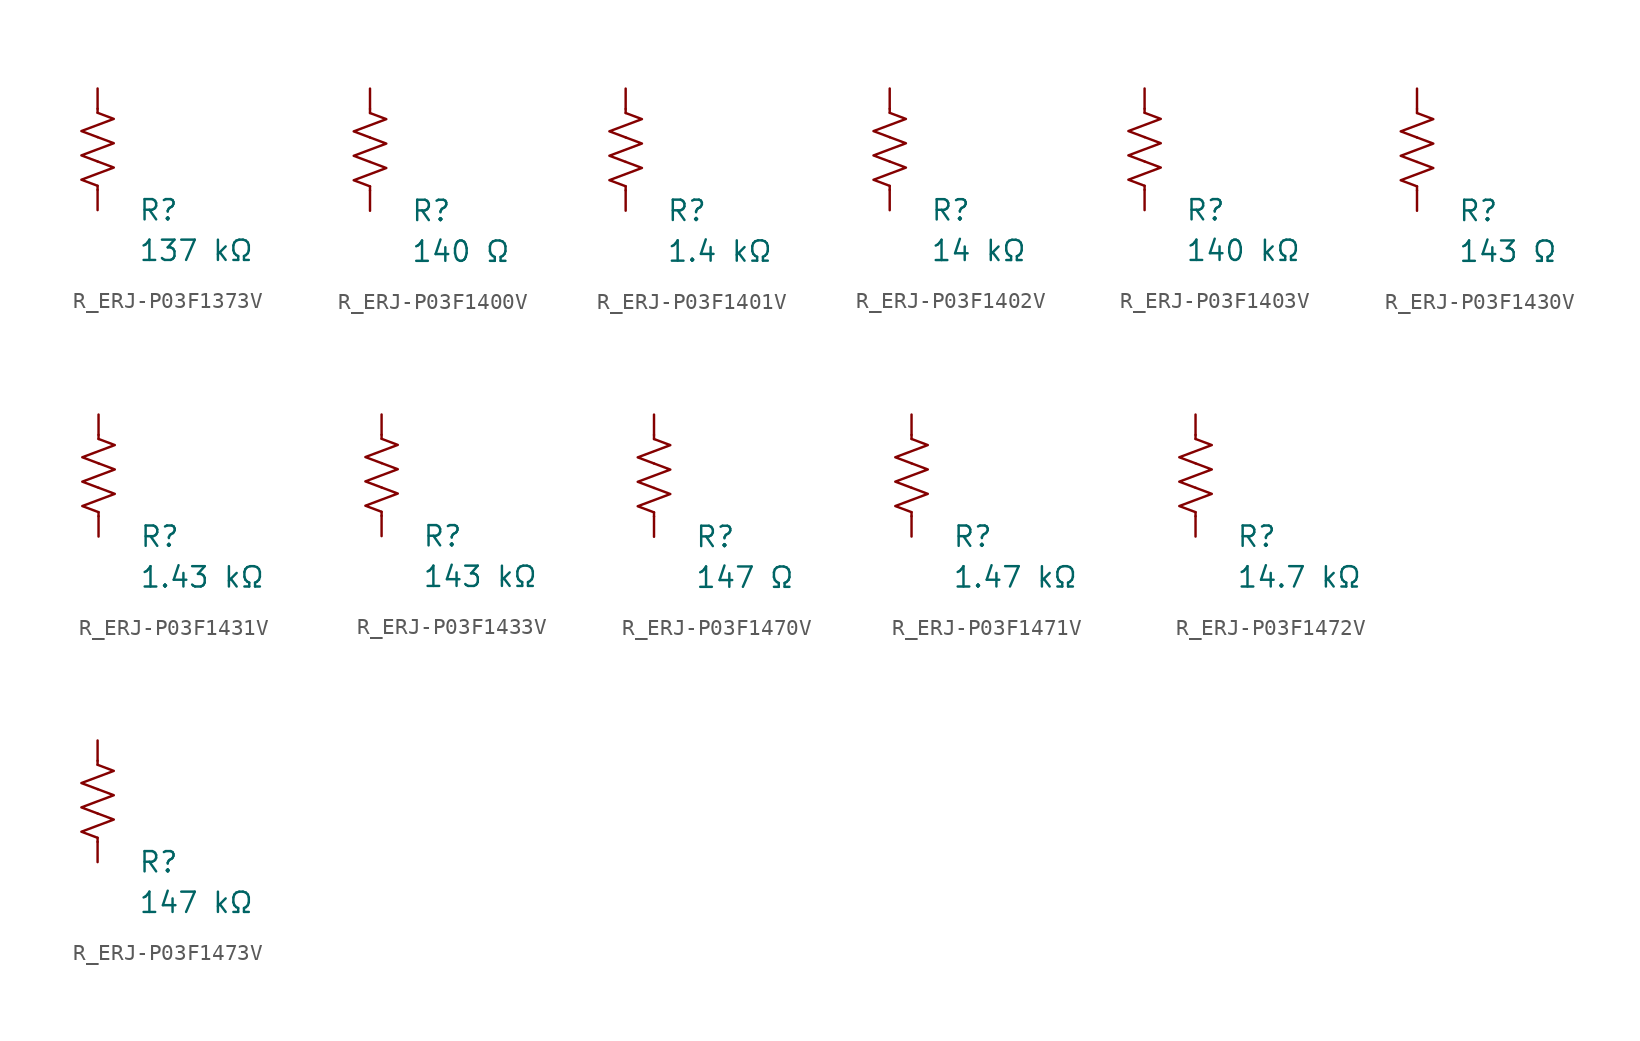
<source format=kicad_sym>
(kicad_symbol_lib
  (version 20231120)
  (generator "kicad_symbol_editor")
  (generator_version "8.0")
  (symbol "R_ERJ-P03F1373V"
    (pin_numbers hide)
    (pin_names
      (offset 0))
    (property "Reference" "R"
      (at 2.54 -3.81 0)
      (effects (font (size 1.27 1.27)) (justify left))
      (show_name no))
    (property "Value" "137 kΩ"
      (at 2.54 -6.35 0)
      (effects (font (size 1.27 1.27)) (justify left))
      (show_name no))
    (symbol "R_ERJ-P03F1373V_0_1"
      (polyline (pts (xy 0 -2.286) (xy 0 -2.54)) (stroke (width 0) (type default)) (fill (type none)))
      (polyline (pts (xy 0 2.286) (xy 0 2.54)) (stroke (width 0) (type default)) (fill (type none)))
      (polyline (pts (xy 0 -0.762) (xy 1.016 -1.143) (xy 0 -1.524) (xy -1.016 -1.905) (xy 0 -2.286)) (stroke (width 0) (type default)) (fill (type none)))
      (polyline (pts (xy 0 0.762) (xy 1.016 0.381) (xy 0 0) (xy -1.016 -0.381) (xy 0 -0.762)) (stroke (width 0) (type default)) (fill (type none)))
      (polyline (pts (xy 0 2.286) (xy 1.016 1.905) (xy 0 1.524) (xy -1.016 1.143) (xy 0 0.762)) (stroke (width 0) (type default)) (fill (type none))))
    (symbol "R_ERJ-P03F1373V_1_1"
      (pin passive line (at 0 3.81 270) (length 1.27) (name "~" (effects (font (size 1.27 1.27)))) (number "1" (effects (font (size 1.27 1.27)))))
      (pin passive line (at 0 -3.81 90) (length 1.27) (name "~" (effects (font (size 1.27 1.27)))) (number "2" (effects (font (size 1.27 1.27)))))))
  (symbol "R_ERJ-P03F1400V"
    (pin_numbers hide)
    (pin_names
      (offset 0))
    (property "Reference" "R"
      (at 2.54 -3.81 0)
      (effects (font (size 1.27 1.27)) (justify left))
      (show_name no))
    (property "Value" "140 Ω"
      (at 2.54 -6.35 0)
      (effects (font (size 1.27 1.27)) (justify left))
      (show_name no))
    (symbol "R_ERJ-P03F1400V_0_1"
      (polyline (pts (xy 0 -2.286) (xy 0 -2.54)) (stroke (width 0) (type default)) (fill (type none)))
      (polyline (pts (xy 0 2.286) (xy 0 2.54)) (stroke (width 0) (type default)) (fill (type none)))
      (polyline (pts (xy 0 -0.762) (xy 1.016 -1.143) (xy 0 -1.524) (xy -1.016 -1.905) (xy 0 -2.286)) (stroke (width 0) (type default)) (fill (type none)))
      (polyline (pts (xy 0 0.762) (xy 1.016 0.381) (xy 0 0) (xy -1.016 -0.381) (xy 0 -0.762)) (stroke (width 0) (type default)) (fill (type none)))
      (polyline (pts (xy 0 2.286) (xy 1.016 1.905) (xy 0 1.524) (xy -1.016 1.143) (xy 0 0.762)) (stroke (width 0) (type default)) (fill (type none))))
    (symbol "R_ERJ-P03F1400V_1_1"
      (pin passive line (at 0 3.81 270) (length 1.27) (name "~" (effects (font (size 1.27 1.27)))) (number "1" (effects (font (size 1.27 1.27)))))
      (pin passive line (at 0 -3.81 90) (length 1.27) (name "~" (effects (font (size 1.27 1.27)))) (number "2" (effects (font (size 1.27 1.27)))))))
  (symbol "R_ERJ-P03F1401V"
    (pin_numbers hide)
    (pin_names
      (offset 0))
    (property "Reference" "R"
      (at 2.54 -3.81 0)
      (effects (font (size 1.27 1.27)) (justify left))
      (show_name no))
    (property "Value" "1.4 kΩ"
      (at 2.54 -6.35 0)
      (effects (font (size 1.27 1.27)) (justify left))
      (show_name no))
    (symbol "R_ERJ-P03F1401V_0_1"
      (polyline (pts (xy 0 -2.286) (xy 0 -2.54)) (stroke (width 0) (type default)) (fill (type none)))
      (polyline (pts (xy 0 2.286) (xy 0 2.54)) (stroke (width 0) (type default)) (fill (type none)))
      (polyline (pts (xy 0 -0.762) (xy 1.016 -1.143) (xy 0 -1.524) (xy -1.016 -1.905) (xy 0 -2.286)) (stroke (width 0) (type default)) (fill (type none)))
      (polyline (pts (xy 0 0.762) (xy 1.016 0.381) (xy 0 0) (xy -1.016 -0.381) (xy 0 -0.762)) (stroke (width 0) (type default)) (fill (type none)))
      (polyline (pts (xy 0 2.286) (xy 1.016 1.905) (xy 0 1.524) (xy -1.016 1.143) (xy 0 0.762)) (stroke (width 0) (type default)) (fill (type none))))
    (symbol "R_ERJ-P03F1401V_1_1"
      (pin passive line (at 0 3.81 270) (length 1.27) (name "~" (effects (font (size 1.27 1.27)))) (number "1" (effects (font (size 1.27 1.27)))))
      (pin passive line (at 0 -3.81 90) (length 1.27) (name "~" (effects (font (size 1.27 1.27)))) (number "2" (effects (font (size 1.27 1.27)))))))
  (symbol "R_ERJ-P03F1402V"
    (pin_numbers hide)
    (pin_names
      (offset 0))
    (property "Reference" "R"
      (at 2.54 -3.81 0)
      (effects (font (size 1.27 1.27)) (justify left))
      (show_name no))
    (property "Value" "14 kΩ"
      (at 2.54 -6.35 0)
      (effects (font (size 1.27 1.27)) (justify left))
      (show_name no))
    (symbol "R_ERJ-P03F1402V_0_1"
      (polyline (pts (xy 0 -2.286) (xy 0 -2.54)) (stroke (width 0) (type default)) (fill (type none)))
      (polyline (pts (xy 0 2.286) (xy 0 2.54)) (stroke (width 0) (type default)) (fill (type none)))
      (polyline (pts (xy 0 -0.762) (xy 1.016 -1.143) (xy 0 -1.524) (xy -1.016 -1.905) (xy 0 -2.286)) (stroke (width 0) (type default)) (fill (type none)))
      (polyline (pts (xy 0 0.762) (xy 1.016 0.381) (xy 0 0) (xy -1.016 -0.381) (xy 0 -0.762)) (stroke (width 0) (type default)) (fill (type none)))
      (polyline (pts (xy 0 2.286) (xy 1.016 1.905) (xy 0 1.524) (xy -1.016 1.143) (xy 0 0.762)) (stroke (width 0) (type default)) (fill (type none))))
    (symbol "R_ERJ-P03F1402V_1_1"
      (pin passive line (at 0 3.81 270) (length 1.27) (name "~" (effects (font (size 1.27 1.27)))) (number "1" (effects (font (size 1.27 1.27)))))
      (pin passive line (at 0 -3.81 90) (length 1.27) (name "~" (effects (font (size 1.27 1.27)))) (number "2" (effects (font (size 1.27 1.27)))))))
  (symbol "R_ERJ-P03F1403V"
    (pin_numbers hide)
    (pin_names
      (offset 0))
    (property "Reference" "R"
      (at 2.54 -3.81 0)
      (effects (font (size 1.27 1.27)) (justify left))
      (show_name no))
    (property "Value" "140 kΩ"
      (at 2.54 -6.35 0)
      (effects (font (size 1.27 1.27)) (justify left))
      (show_name no))
    (symbol "R_ERJ-P03F1403V_0_1"
      (polyline (pts (xy 0 -2.286) (xy 0 -2.54)) (stroke (width 0) (type default)) (fill (type none)))
      (polyline (pts (xy 0 2.286) (xy 0 2.54)) (stroke (width 0) (type default)) (fill (type none)))
      (polyline (pts (xy 0 -0.762) (xy 1.016 -1.143) (xy 0 -1.524) (xy -1.016 -1.905) (xy 0 -2.286)) (stroke (width 0) (type default)) (fill (type none)))
      (polyline (pts (xy 0 0.762) (xy 1.016 0.381) (xy 0 0) (xy -1.016 -0.381) (xy 0 -0.762)) (stroke (width 0) (type default)) (fill (type none)))
      (polyline (pts (xy 0 2.286) (xy 1.016 1.905) (xy 0 1.524) (xy -1.016 1.143) (xy 0 0.762)) (stroke (width 0) (type default)) (fill (type none))))
    (symbol "R_ERJ-P03F1403V_1_1"
      (pin passive line (at 0 3.81 270) (length 1.27) (name "~" (effects (font (size 1.27 1.27)))) (number "1" (effects (font (size 1.27 1.27)))))
      (pin passive line (at 0 -3.81 90) (length 1.27) (name "~" (effects (font (size 1.27 1.27)))) (number "2" (effects (font (size 1.27 1.27)))))))
  (symbol "R_ERJ-P03F1430V"
    (pin_numbers hide)
    (pin_names
      (offset 0))
    (property "Reference" "R"
      (at 2.54 -3.81 0)
      (effects (font (size 1.27 1.27)) (justify left))
      (show_name no))
    (property "Value" "143 Ω"
      (at 2.54 -6.35 0)
      (effects (font (size 1.27 1.27)) (justify left))
      (show_name no))
    (symbol "R_ERJ-P03F1430V_0_1"
      (polyline (pts (xy 0 -2.286) (xy 0 -2.54)) (stroke (width 0) (type default)) (fill (type none)))
      (polyline (pts (xy 0 2.286) (xy 0 2.54)) (stroke (width 0) (type default)) (fill (type none)))
      (polyline (pts (xy 0 -0.762) (xy 1.016 -1.143) (xy 0 -1.524) (xy -1.016 -1.905) (xy 0 -2.286)) (stroke (width 0) (type default)) (fill (type none)))
      (polyline (pts (xy 0 0.762) (xy 1.016 0.381) (xy 0 0) (xy -1.016 -0.381) (xy 0 -0.762)) (stroke (width 0) (type default)) (fill (type none)))
      (polyline (pts (xy 0 2.286) (xy 1.016 1.905) (xy 0 1.524) (xy -1.016 1.143) (xy 0 0.762)) (stroke (width 0) (type default)) (fill (type none))))
    (symbol "R_ERJ-P03F1430V_1_1"
      (pin passive line (at 0 3.81 270) (length 1.27) (name "~" (effects (font (size 1.27 1.27)))) (number "1" (effects (font (size 1.27 1.27)))))
      (pin passive line (at 0 -3.81 90) (length 1.27) (name "~" (effects (font (size 1.27 1.27)))) (number "2" (effects (font (size 1.27 1.27)))))))
  (symbol "R_ERJ-P03F1431V"
    (pin_numbers hide)
    (pin_names
      (offset 0))
    (property "Reference" "R"
      (at 2.54 -3.81 0)
      (effects (font (size 1.27 1.27)) (justify left))
      (show_name no))
    (property "Value" "1.43 kΩ"
      (at 2.54 -6.35 0)
      (effects (font (size 1.27 1.27)) (justify left))
      (show_name no))
    (symbol "R_ERJ-P03F1431V_0_1"
      (polyline (pts (xy 0 -2.286) (xy 0 -2.54)) (stroke (width 0) (type default)) (fill (type none)))
      (polyline (pts (xy 0 2.286) (xy 0 2.54)) (stroke (width 0) (type default)) (fill (type none)))
      (polyline (pts (xy 0 -0.762) (xy 1.016 -1.143) (xy 0 -1.524) (xy -1.016 -1.905) (xy 0 -2.286)) (stroke (width 0) (type default)) (fill (type none)))
      (polyline (pts (xy 0 0.762) (xy 1.016 0.381) (xy 0 0) (xy -1.016 -0.381) (xy 0 -0.762)) (stroke (width 0) (type default)) (fill (type none)))
      (polyline (pts (xy 0 2.286) (xy 1.016 1.905) (xy 0 1.524) (xy -1.016 1.143) (xy 0 0.762)) (stroke (width 0) (type default)) (fill (type none))))
    (symbol "R_ERJ-P03F1431V_1_1"
      (pin passive line (at 0 3.81 270) (length 1.27) (name "~" (effects (font (size 1.27 1.27)))) (number "1" (effects (font (size 1.27 1.27)))))
      (pin passive line (at 0 -3.81 90) (length 1.27) (name "~" (effects (font (size 1.27 1.27)))) (number "2" (effects (font (size 1.27 1.27)))))))
  (symbol "R_ERJ-P03F1433V"
    (pin_numbers hide)
    (pin_names
      (offset 0))
    (property "Reference" "R"
      (at 2.54 -3.81 0)
      (effects (font (size 1.27 1.27)) (justify left))
      (show_name no))
    (property "Value" "143 kΩ"
      (at 2.54 -6.35 0)
      (effects (font (size 1.27 1.27)) (justify left))
      (show_name no))
    (symbol "R_ERJ-P03F1433V_0_1"
      (polyline (pts (xy 0 -2.286) (xy 0 -2.54)) (stroke (width 0) (type default)) (fill (type none)))
      (polyline (pts (xy 0 2.286) (xy 0 2.54)) (stroke (width 0) (type default)) (fill (type none)))
      (polyline (pts (xy 0 -0.762) (xy 1.016 -1.143) (xy 0 -1.524) (xy -1.016 -1.905) (xy 0 -2.286)) (stroke (width 0) (type default)) (fill (type none)))
      (polyline (pts (xy 0 0.762) (xy 1.016 0.381) (xy 0 0) (xy -1.016 -0.381) (xy 0 -0.762)) (stroke (width 0) (type default)) (fill (type none)))
      (polyline (pts (xy 0 2.286) (xy 1.016 1.905) (xy 0 1.524) (xy -1.016 1.143) (xy 0 0.762)) (stroke (width 0) (type default)) (fill (type none))))
    (symbol "R_ERJ-P03F1433V_1_1"
      (pin passive line (at 0 3.81 270) (length 1.27) (name "~" (effects (font (size 1.27 1.27)))) (number "1" (effects (font (size 1.27 1.27)))))
      (pin passive line (at 0 -3.81 90) (length 1.27) (name "~" (effects (font (size 1.27 1.27)))) (number "2" (effects (font (size 1.27 1.27)))))))
  (symbol "R_ERJ-P03F1470V"
    (pin_numbers hide)
    (pin_names
      (offset 0))
    (property "Reference" "R"
      (at 2.54 -3.81 0)
      (effects (font (size 1.27 1.27)) (justify left))
      (show_name no))
    (property "Value" "147 Ω"
      (at 2.54 -6.35 0)
      (effects (font (size 1.27 1.27)) (justify left))
      (show_name no))
    (symbol "R_ERJ-P03F1470V_0_1"
      (polyline (pts (xy 0 -2.286) (xy 0 -2.54)) (stroke (width 0) (type default)) (fill (type none)))
      (polyline (pts (xy 0 2.286) (xy 0 2.54)) (stroke (width 0) (type default)) (fill (type none)))
      (polyline (pts (xy 0 -0.762) (xy 1.016 -1.143) (xy 0 -1.524) (xy -1.016 -1.905) (xy 0 -2.286)) (stroke (width 0) (type default)) (fill (type none)))
      (polyline (pts (xy 0 0.762) (xy 1.016 0.381) (xy 0 0) (xy -1.016 -0.381) (xy 0 -0.762)) (stroke (width 0) (type default)) (fill (type none)))
      (polyline (pts (xy 0 2.286) (xy 1.016 1.905) (xy 0 1.524) (xy -1.016 1.143) (xy 0 0.762)) (stroke (width 0) (type default)) (fill (type none))))
    (symbol "R_ERJ-P03F1470V_1_1"
      (pin passive line (at 0 3.81 270) (length 1.27) (name "~" (effects (font (size 1.27 1.27)))) (number "1" (effects (font (size 1.27 1.27)))))
      (pin passive line (at 0 -3.81 90) (length 1.27) (name "~" (effects (font (size 1.27 1.27)))) (number "2" (effects (font (size 1.27 1.27)))))))
  (symbol "R_ERJ-P03F1471V"
    (pin_numbers hide)
    (pin_names
      (offset 0))
    (property "Reference" "R"
      (at 2.54 -3.81 0)
      (effects (font (size 1.27 1.27)) (justify left))
      (show_name no))
    (property "Value" "1.47 kΩ"
      (at 2.54 -6.35 0)
      (effects (font (size 1.27 1.27)) (justify left))
      (show_name no))
    (symbol "R_ERJ-P03F1471V_0_1"
      (polyline (pts (xy 0 -2.286) (xy 0 -2.54)) (stroke (width 0) (type default)) (fill (type none)))
      (polyline (pts (xy 0 2.286) (xy 0 2.54)) (stroke (width 0) (type default)) (fill (type none)))
      (polyline (pts (xy 0 -0.762) (xy 1.016 -1.143) (xy 0 -1.524) (xy -1.016 -1.905) (xy 0 -2.286)) (stroke (width 0) (type default)) (fill (type none)))
      (polyline (pts (xy 0 0.762) (xy 1.016 0.381) (xy 0 0) (xy -1.016 -0.381) (xy 0 -0.762)) (stroke (width 0) (type default)) (fill (type none)))
      (polyline (pts (xy 0 2.286) (xy 1.016 1.905) (xy 0 1.524) (xy -1.016 1.143) (xy 0 0.762)) (stroke (width 0) (type default)) (fill (type none))))
    (symbol "R_ERJ-P03F1471V_1_1"
      (pin passive line (at 0 3.81 270) (length 1.27) (name "~" (effects (font (size 1.27 1.27)))) (number "1" (effects (font (size 1.27 1.27)))))
      (pin passive line (at 0 -3.81 90) (length 1.27) (name "~" (effects (font (size 1.27 1.27)))) (number "2" (effects (font (size 1.27 1.27)))))))
  (symbol "R_ERJ-P03F1472V"
    (pin_numbers hide)
    (pin_names
      (offset 0))
    (property "Reference" "R"
      (at 2.54 -3.81 0)
      (effects (font (size 1.27 1.27)) (justify left))
      (show_name no))
    (property "Value" "14.7 kΩ"
      (at 2.54 -6.35 0)
      (effects (font (size 1.27 1.27)) (justify left))
      (show_name no))
    (symbol "R_ERJ-P03F1472V_0_1"
      (polyline (pts (xy 0 -2.286) (xy 0 -2.54)) (stroke (width 0) (type default)) (fill (type none)))
      (polyline (pts (xy 0 2.286) (xy 0 2.54)) (stroke (width 0) (type default)) (fill (type none)))
      (polyline (pts (xy 0 -0.762) (xy 1.016 -1.143) (xy 0 -1.524) (xy -1.016 -1.905) (xy 0 -2.286)) (stroke (width 0) (type default)) (fill (type none)))
      (polyline (pts (xy 0 0.762) (xy 1.016 0.381) (xy 0 0) (xy -1.016 -0.381) (xy 0 -0.762)) (stroke (width 0) (type default)) (fill (type none)))
      (polyline (pts (xy 0 2.286) (xy 1.016 1.905) (xy 0 1.524) (xy -1.016 1.143) (xy 0 0.762)) (stroke (width 0) (type default)) (fill (type none))))
    (symbol "R_ERJ-P03F1472V_1_1"
      (pin passive line (at 0 3.81 270) (length 1.27) (name "~" (effects (font (size 1.27 1.27)))) (number "1" (effects (font (size 1.27 1.27)))))
      (pin passive line (at 0 -3.81 90) (length 1.27) (name "~" (effects (font (size 1.27 1.27)))) (number "2" (effects (font (size 1.27 1.27)))))))
  (symbol "R_ERJ-P03F1473V"
    (pin_numbers hide)
    (pin_names
      (offset 0))
    (property "Reference" "R"
      (at 2.54 -3.81 0)
      (effects (font (size 1.27 1.27)) (justify left))
      (show_name no))
    (property "Value" "147 kΩ"
      (at 2.54 -6.35 0)
      (effects (font (size 1.27 1.27)) (justify left))
      (show_name no))
    (symbol "R_ERJ-P03F1473V_0_1"
      (polyline (pts (xy 0 -2.286) (xy 0 -2.54)) (stroke (width 0) (type default)) (fill (type none)))
      (polyline (pts (xy 0 2.286) (xy 0 2.54)) (stroke (width 0) (type default)) (fill (type none)))
      (polyline (pts (xy 0 -0.762) (xy 1.016 -1.143) (xy 0 -1.524) (xy -1.016 -1.905) (xy 0 -2.286)) (stroke (width 0) (type default)) (fill (type none)))
      (polyline (pts (xy 0 0.762) (xy 1.016 0.381) (xy 0 0) (xy -1.016 -0.381) (xy 0 -0.762)) (stroke (width 0) (type default)) (fill (type none)))
      (polyline (pts (xy 0 2.286) (xy 1.016 1.905) (xy 0 1.524) (xy -1.016 1.143) (xy 0 0.762)) (stroke (width 0) (type default)) (fill (type none))))
    (symbol "R_ERJ-P03F1473V_1_1"
      (pin passive line (at 0 3.81 270) (length 1.27) (name "~" (effects (font (size 1.27 1.27)))) (number "1" (effects (font (size 1.27 1.27)))))
      (pin passive line (at 0 -3.81 90) (length 1.27) (name "~" (effects (font (size 1.27 1.27)))) (number "2" (effects (font (size 1.27 1.27))))))))
</source>
